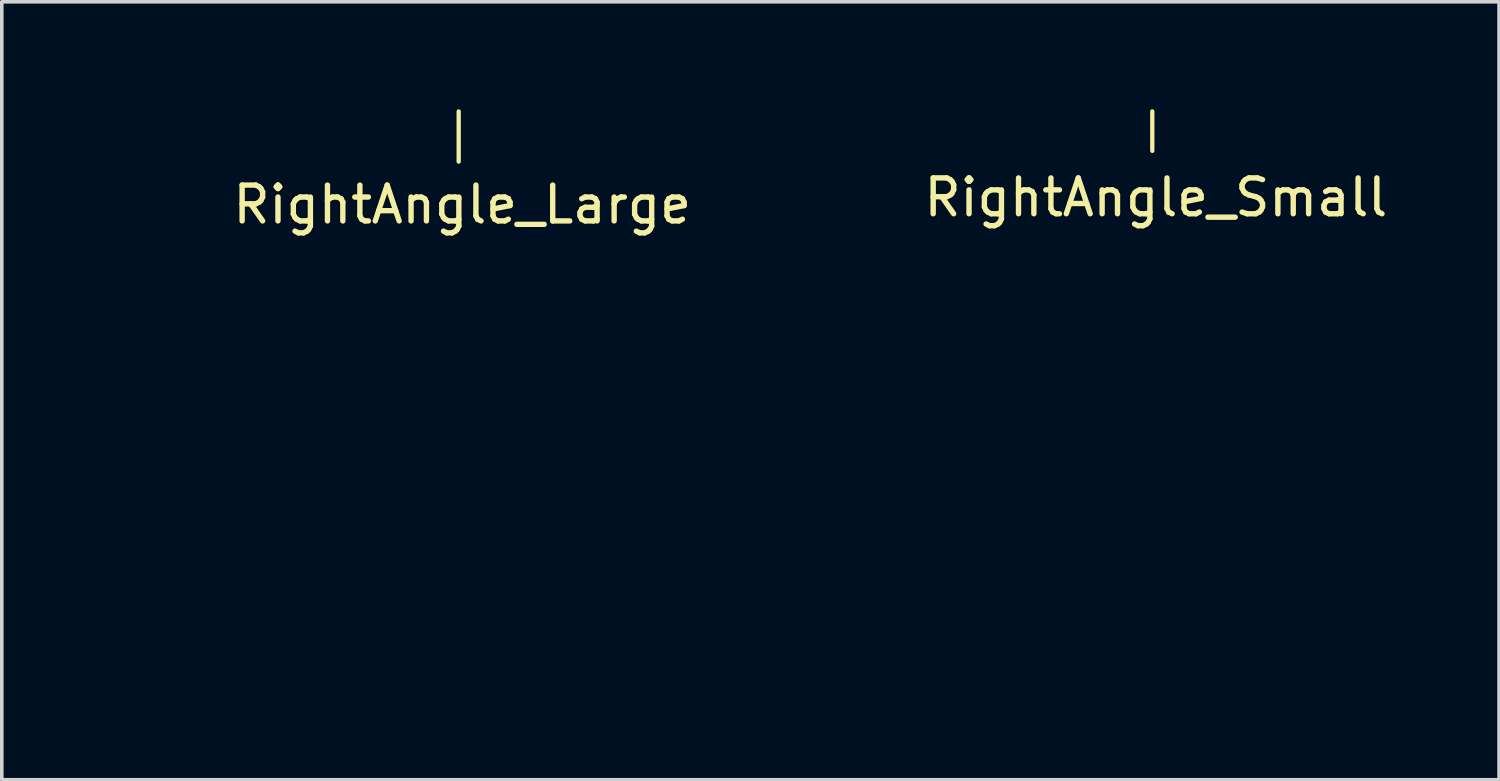
<source format=kicad_pcb>
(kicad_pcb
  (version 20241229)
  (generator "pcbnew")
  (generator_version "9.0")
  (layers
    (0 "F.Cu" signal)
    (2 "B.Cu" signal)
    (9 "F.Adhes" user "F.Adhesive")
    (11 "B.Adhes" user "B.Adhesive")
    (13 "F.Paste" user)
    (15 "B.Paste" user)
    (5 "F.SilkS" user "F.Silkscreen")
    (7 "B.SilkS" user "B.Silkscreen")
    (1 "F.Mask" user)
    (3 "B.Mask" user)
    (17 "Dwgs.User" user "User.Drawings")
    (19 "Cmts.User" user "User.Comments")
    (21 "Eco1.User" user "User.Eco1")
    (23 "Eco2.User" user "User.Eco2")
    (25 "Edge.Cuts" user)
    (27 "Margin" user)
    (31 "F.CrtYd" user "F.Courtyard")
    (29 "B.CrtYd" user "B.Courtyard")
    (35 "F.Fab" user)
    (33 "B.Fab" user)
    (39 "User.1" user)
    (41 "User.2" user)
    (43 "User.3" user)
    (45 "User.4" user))
  (footprint "RightAngle_Small"
    (layer "F.Cu")
    (at 29.106 1.16)
    (property "Reference" "RightAngle_Small" (at 0.1 1.3 0) (layer "F.SilkS") (effects (font (size 1 1) (thickness 0.15))))
    (attr through_hole)
    (fp_poly (pts (xy 5.5 7.1) (xy -9.7 7.1) (xy -9.7 0) (xy 5.5 0)) (stroke (width 0.1) (type solid)) (fill yes) (layer "F.Mask"))
    (fp_line (start 0 0) (end 0 -1.1) (stroke (width 0.12) (type solid)) (layer "F.SilkS"))
    (fp_circle (center 0 0) (end 0.224 0) (stroke (width 0.2) (type solid)) (fill no) (layer "Eco1.User")))
  (footprint "RightAngle_Large"
    (layer "F.Cu")
    (at 9.75 1.36)
    (property "Reference" "RightAngle_Large" (at 0.1 1.3 0) (layer "F.SilkS") (effects (font (size 1 1) (thickness 0.15))))
    (attr through_hole)
    (fp_poly (pts (xy 5.5 14.3) (xy -9.7 14.3) (xy -9.7 0) (xy 5.5 0)) (stroke (width 0.1) (type solid)) (fill yes) (layer "F.Mask"))
    (fp_line (start 0 0.1) (end 0 -1.3) (stroke (width 0.12) (type solid)) (layer "F.SilkS"))
    (fp_circle (center 0 0) (end 0.224 0) (stroke (width 0.2) (type solid)) (fill no) (layer "Eco1.User")))
  (gr_rect
    (start -3 -3)
    (end 38.783 18.71)
    (stroke (width 0.1) (type default))
    (fill no)
    (layer "Edge.Cuts")))
</source>
